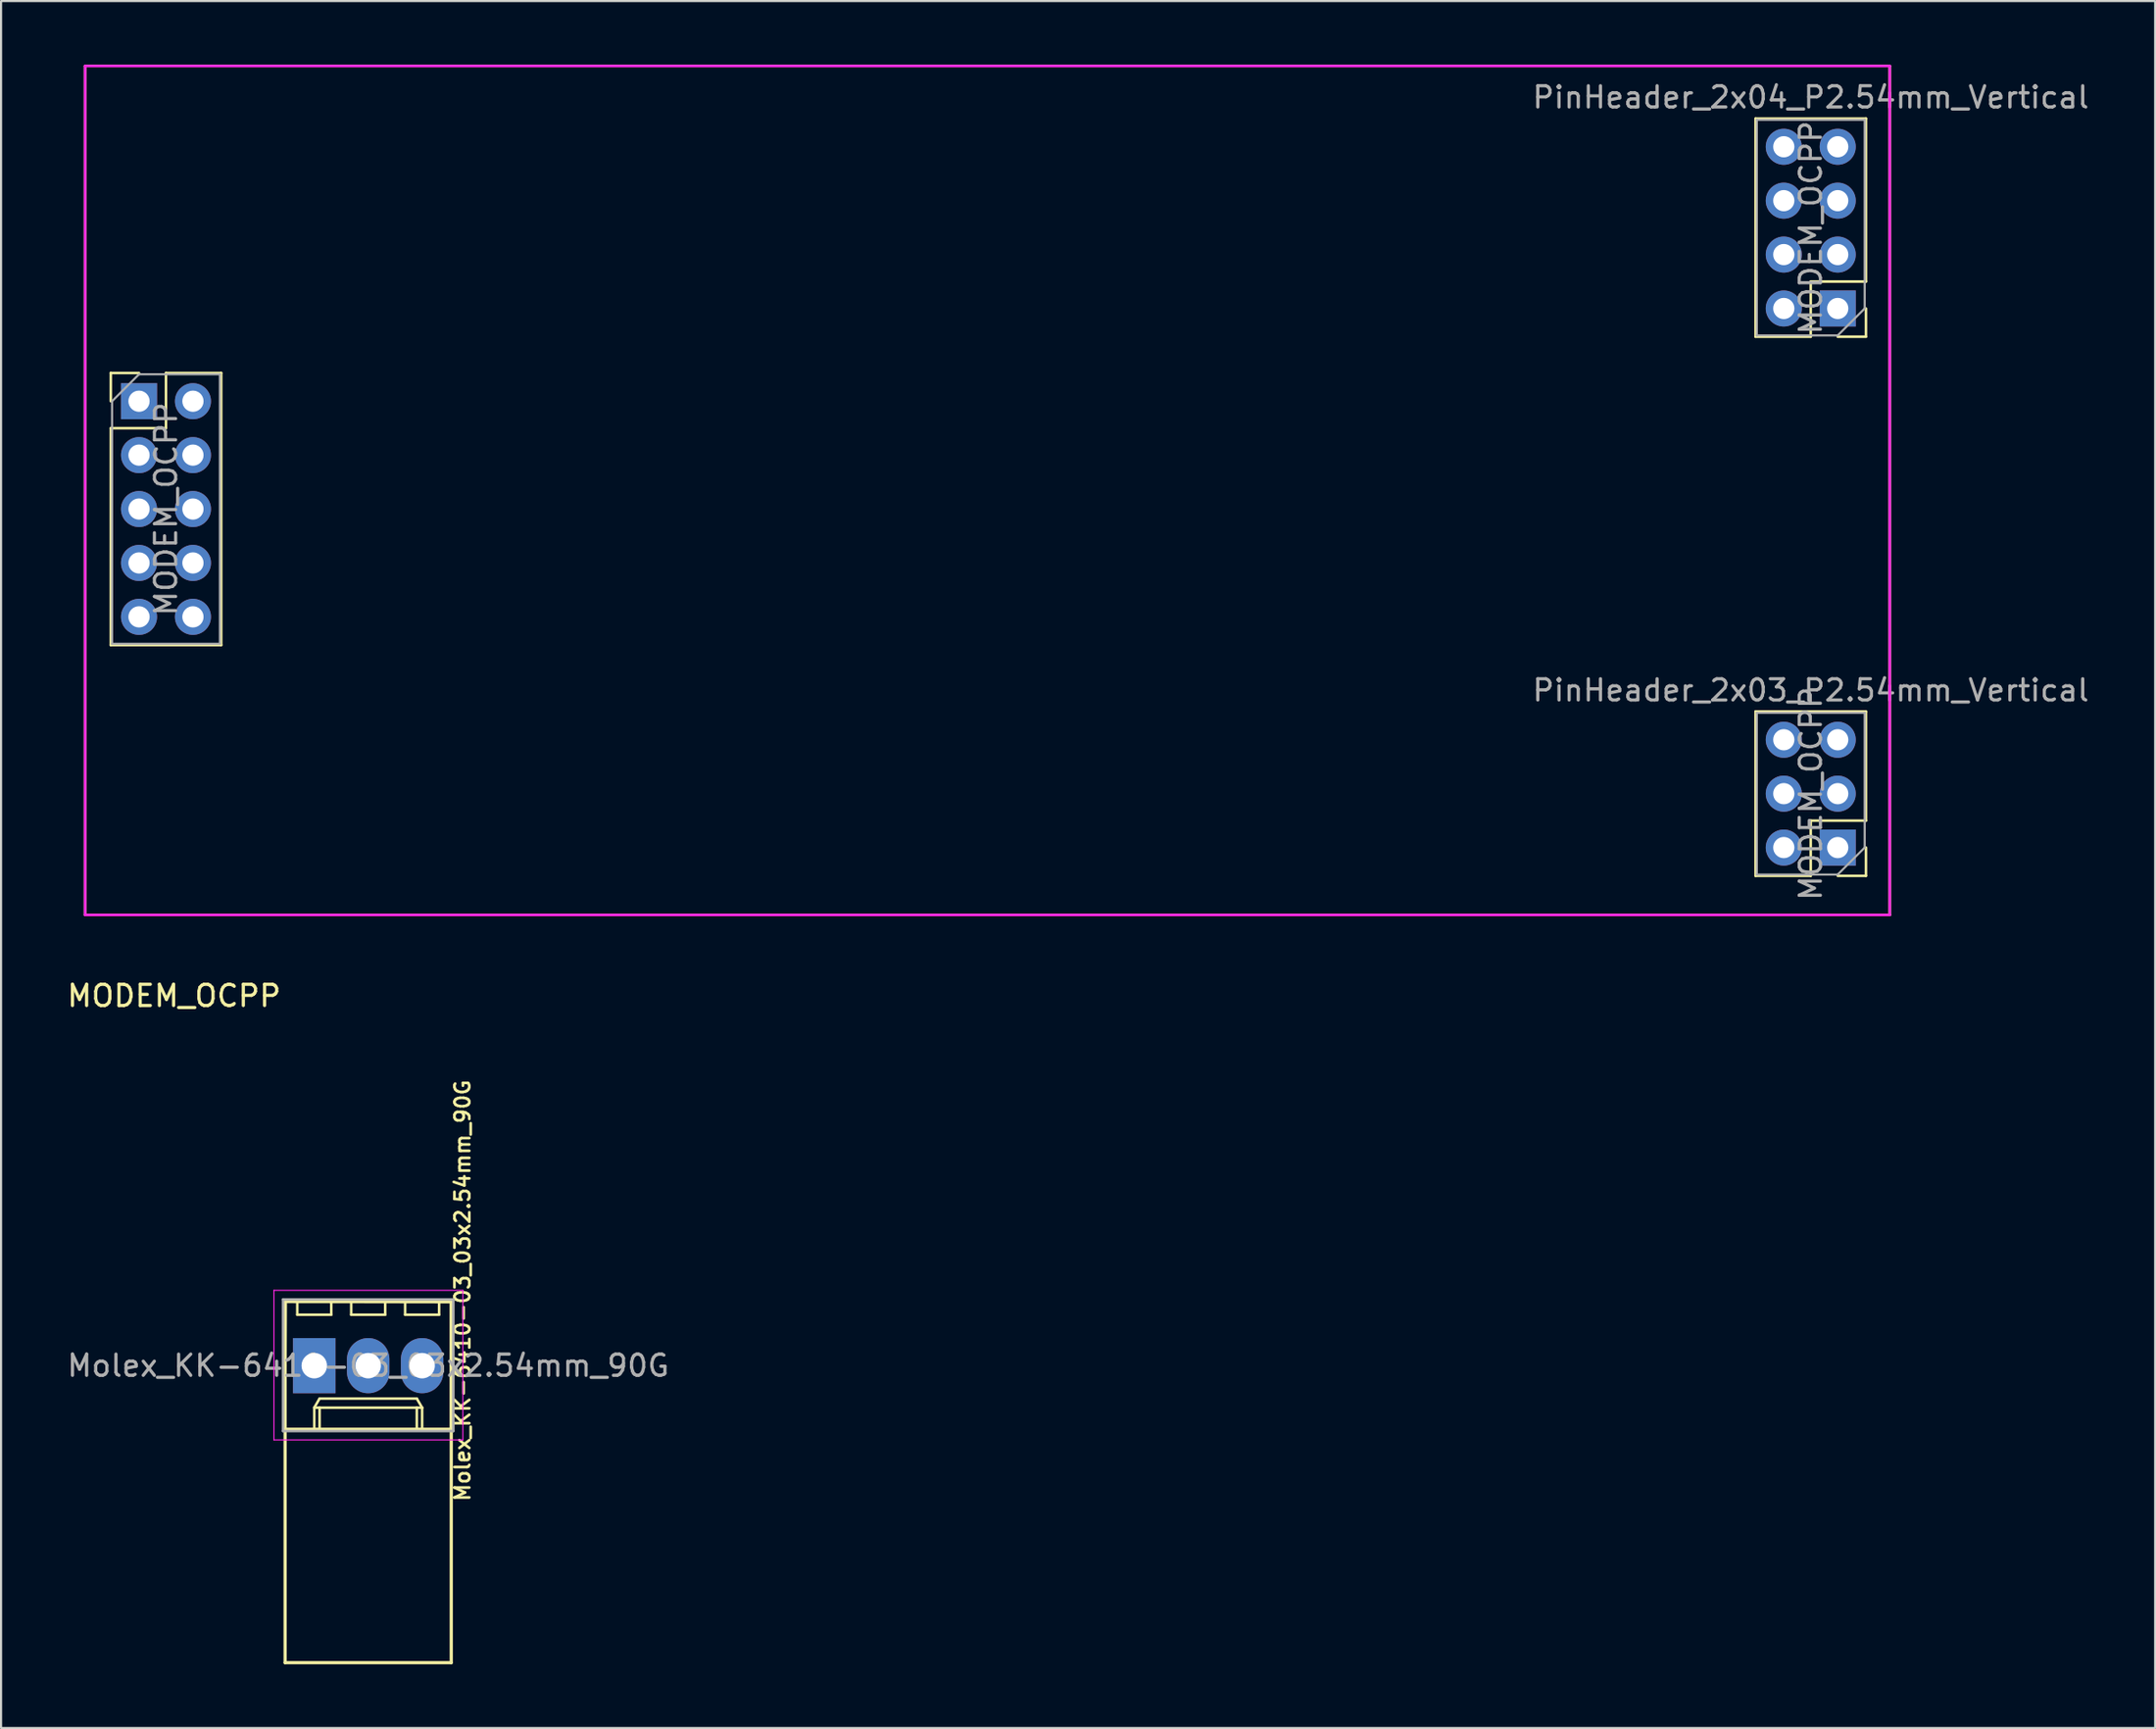
<source format=kicad_pcb>
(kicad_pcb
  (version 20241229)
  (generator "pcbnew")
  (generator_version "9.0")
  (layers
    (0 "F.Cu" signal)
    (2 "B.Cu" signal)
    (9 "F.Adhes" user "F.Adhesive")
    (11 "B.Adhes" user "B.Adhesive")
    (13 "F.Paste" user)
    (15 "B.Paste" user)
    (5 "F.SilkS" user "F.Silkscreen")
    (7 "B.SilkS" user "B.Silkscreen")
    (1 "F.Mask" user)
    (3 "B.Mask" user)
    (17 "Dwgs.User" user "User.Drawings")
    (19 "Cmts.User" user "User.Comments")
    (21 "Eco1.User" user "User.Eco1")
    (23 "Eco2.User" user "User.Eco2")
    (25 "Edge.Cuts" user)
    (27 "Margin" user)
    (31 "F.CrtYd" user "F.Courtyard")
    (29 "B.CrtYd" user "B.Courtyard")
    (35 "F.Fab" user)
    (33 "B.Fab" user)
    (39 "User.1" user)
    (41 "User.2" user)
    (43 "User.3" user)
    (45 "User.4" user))
  (footprint "Molex_KK-6410-03_03x2.54mm_90G"
    (layer "F.Cu")
    (at 11.752 61.295)
    (property "Reference" "Molex_KK-6410-03_03x2.54mm_90G" (at 6.985 -3.54 90) (layer "F.SilkS") (effects (font (size 0.7 0.7) (thickness 0.127))))
    (attr through_hole)
    (fp_line (start -1.372 0) (end -1.372 13.995) (stroke (width 0.15) (type solid)) (layer "F.SilkS"))
    (fp_line (start -1.372 0) (end -1.359 -3.023) (stroke (width 0.15) (type solid)) (layer "F.SilkS"))
    (fp_line (start -1.37 -3.02) (end -1.37 2.98) (stroke (width 0.12) (type solid)) (layer "F.SilkS"))
    (fp_line (start -1.37 2.98) (end 6.45 2.98) (stroke (width 0.12) (type solid)) (layer "F.SilkS"))
    (fp_line (start -1.359 -3.023) (end 6.452 -3.01) (stroke (width 0.15) (type solid)) (layer "F.SilkS"))
    (fp_line (start -0.8 -3.02) (end -0.8 -2.4) (stroke (width 0.12) (type solid)) (layer "F.SilkS"))
    (fp_line (start -0.8 -2.4) (end 0.8 -2.4) (stroke (width 0.12) (type solid)) (layer "F.SilkS"))
    (fp_line (start 0 1.98) (end 0.25 1.55) (stroke (width 0.12) (type solid)) (layer "F.SilkS"))
    (fp_line (start 0 1.98) (end 5.08 1.98) (stroke (width 0.12) (type solid)) (layer "F.SilkS"))
    (fp_line (start 0 2.98) (end 0 1.98) (stroke (width 0.12) (type solid)) (layer "F.SilkS"))
    (fp_line (start 0.25 1.55) (end 4.83 1.55) (stroke (width 0.12) (type solid)) (layer "F.SilkS"))
    (fp_line (start 0.25 2.98) (end 0.25 1.98) (stroke (width 0.12) (type solid)) (layer "F.SilkS"))
    (fp_line (start 0.8 -2.4) (end 0.8 -3.02) (stroke (width 0.12) (type solid)) (layer "F.SilkS"))
    (fp_line (start 1.74 -3.02) (end 1.74 -2.4) (stroke (width 0.12) (type solid)) (layer "F.SilkS"))
    (fp_line (start 1.74 -2.4) (end 3.34 -2.4) (stroke (width 0.12) (type solid)) (layer "F.SilkS"))
    (fp_line (start 3.34 -2.4) (end 3.34 -3.02) (stroke (width 0.12) (type solid)) (layer "F.SilkS"))
    (fp_line (start 4.28 -3.02) (end 4.28 -2.4) (stroke (width 0.12) (type solid)) (layer "F.SilkS"))
    (fp_line (start 4.28 -2.4) (end 5.88 -2.4) (stroke (width 0.12) (type solid)) (layer "F.SilkS"))
    (fp_line (start 4.83 1.55) (end 5.08 1.98) (stroke (width 0.12) (type solid)) (layer "F.SilkS"))
    (fp_line (start 4.83 2.98) (end 4.83 1.98) (stroke (width 0.12) (type solid)) (layer "F.SilkS"))
    (fp_line (start 5.08 1.98) (end 5.08 2.98) (stroke (width 0.12) (type solid)) (layer "F.SilkS"))
    (fp_line (start 5.88 -2.4) (end 5.88 -3.02) (stroke (width 0.12) (type solid)) (layer "F.SilkS"))
    (fp_line (start 6.45 -3.02) (end -1.37 -3.02) (stroke (width 0.12) (type solid)) (layer "F.SilkS"))
    (fp_line (start 6.45 2.98) (end 6.45 -3.02) (stroke (width 0.12) (type solid)) (layer "F.SilkS"))
    (fp_line (start 6.452 -3.01) (end 6.452 0) (stroke (width 0.15) (type solid)) (layer "F.SilkS"))
    (fp_line (start 6.452 0) (end 6.452 13.995) (stroke (width 0.15) (type solid)) (layer "F.SilkS"))
    (fp_line (start 6.452 13.995) (end -1.372 13.995) (stroke (width 0.15) (type solid)) (layer "F.SilkS"))
    (fp_line (start -1.9 -3.55) (end 7 -3.55) (stroke (width 0.05) (type solid)) (layer "F.CrtYd"))
    (fp_line (start -1.9 3.5) (end -1.9 -3.55) (stroke (width 0.05) (type solid)) (layer "F.CrtYd"))
    (fp_line (start 7 -3.55) (end 7 3.5) (stroke (width 0.05) (type solid)) (layer "F.CrtYd"))
    (fp_line (start 7 3.5) (end -1.9 3.5) (stroke (width 0.05) (type solid)) (layer "F.CrtYd"))
    (fp_line (start -1.47 -3.12) (end -1.47 3.08) (stroke (width 0.12) (type solid)) (layer "F.Fab"))
    (fp_line (start -1.47 3.08) (end 6.55 3.08) (stroke (width 0.12) (type solid)) (layer "F.Fab"))
    (fp_line (start 6.55 -3.12) (end -1.47 -3.12) (stroke (width 0.12) (type solid)) (layer "F.Fab"))
    (fp_line (start 6.55 3.08) (end 6.55 -3.12) (stroke (width 0.12) (type solid)) (layer "F.Fab"))
    (fp_text user "${REFERENCE}" (at 2.54 0 0) (layer "F.Fab") (effects (font (size 1 1) (thickness 0.15))))
    (pad "1" thru_hole rect (at 0 0) (size 2 2.6) (drill 1.2) (layers "*.Cu" "*.Mask"))
    (pad "2" thru_hole oval (at 2.54 0) (size 2 2.6) (drill 1.2) (layers "*.Cu" "*.Mask"))
    (pad "3" thru_hole oval (at 5.08 0) (size 2 2.6) (drill 1.2) (layers "*.Cu" "*.Mask")))
  (footprint "MODEM_OCPP"
    (layer "F.Cu")
    (at 0.958 40.06)
    (property "Reference" "MODEM_OCPP" (at 4.191 3.81 0) (layer "F.SilkS") (effects (font (size 1 1) (thickness 0.15))))
    (attr through_hole)
    (fp_line (start 0 -40) (end 85 -40) (stroke (width 0.12) (type solid)) (layer "F.SilkS"))
    (fp_line (start 0 0) (end 0 -40) (stroke (width 0.12) (type solid)) (layer "F.SilkS"))
    (fp_line (start 0 0) (end 85 0) (stroke (width 0.12) (type solid)) (layer "F.SilkS"))
    (fp_line (start 1.21 -25.536) (end 2.54 -25.536) (stroke (width 0.12) (type solid)) (layer "F.SilkS"))
    (fp_line (start 1.21 -24.206) (end 1.21 -25.536) (stroke (width 0.12) (type solid)) (layer "F.SilkS"))
    (fp_line (start 1.21 -22.936) (end 1.21 -12.716) (stroke (width 0.12) (type solid)) (layer "F.SilkS"))
    (fp_line (start 1.21 -22.936) (end 3.81 -22.936) (stroke (width 0.12) (type solid)) (layer "F.SilkS"))
    (fp_line (start 1.21 -12.716) (end 6.41 -12.716) (stroke (width 0.12) (type solid)) (layer "F.SilkS"))
    (fp_line (start 3.81 -25.536) (end 6.41 -25.536) (stroke (width 0.12) (type solid)) (layer "F.SilkS"))
    (fp_line (start 3.81 -22.936) (end 3.81 -25.536) (stroke (width 0.12) (type solid)) (layer "F.SilkS"))
    (fp_line (start 6.41 -25.536) (end 6.41 -12.716) (stroke (width 0.12) (type solid)) (layer "F.SilkS"))
    (fp_line (start 78.68 -27.245) (end 78.68 -37.525) (stroke (width 0.12) (type solid)) (layer "F.SilkS"))
    (fp_line (start 78.68 -1.845) (end 78.68 -9.585) (stroke (width 0.12) (type solid)) (layer "F.SilkS"))
    (fp_line (start 81.28 -29.845) (end 81.28 -27.245) (stroke (width 0.12) (type solid)) (layer "F.SilkS"))
    (fp_line (start 81.28 -27.245) (end 78.68 -27.245) (stroke (width 0.12) (type solid)) (layer "F.SilkS"))
    (fp_line (start 81.28 -4.445) (end 81.28 -1.845) (stroke (width 0.12) (type solid)) (layer "F.SilkS"))
    (fp_line (start 81.28 -1.845) (end 78.68 -1.845) (stroke (width 0.12) (type solid)) (layer "F.SilkS"))
    (fp_line (start 83.88 -37.525) (end 78.68 -37.525) (stroke (width 0.12) (type solid)) (layer "F.SilkS"))
    (fp_line (start 83.88 -29.845) (end 81.28 -29.845) (stroke (width 0.12) (type solid)) (layer "F.SilkS"))
    (fp_line (start 83.88 -29.845) (end 83.88 -37.525) (stroke (width 0.12) (type solid)) (layer "F.SilkS"))
    (fp_line (start 83.88 -28.575) (end 83.88 -27.245) (stroke (width 0.12) (type solid)) (layer "F.SilkS"))
    (fp_line (start 83.88 -27.245) (end 82.55 -27.245) (stroke (width 0.12) (type solid)) (layer "F.SilkS"))
    (fp_line (start 83.88 -9.585) (end 78.68 -9.585) (stroke (width 0.12) (type solid)) (layer "F.SilkS"))
    (fp_line (start 83.88 -4.445) (end 81.28 -4.445) (stroke (width 0.12) (type solid)) (layer "F.SilkS"))
    (fp_line (start 83.88 -4.445) (end 83.88 -9.585) (stroke (width 0.12) (type solid)) (layer "F.SilkS"))
    (fp_line (start 83.88 -3.175) (end 83.88 -1.845) (stroke (width 0.12) (type solid)) (layer "F.SilkS"))
    (fp_line (start 83.88 -1.845) (end 82.55 -1.845) (stroke (width 0.12) (type solid)) (layer "F.SilkS"))
    (fp_line (start 85 -40) (end 85 0) (stroke (width 0.12) (type solid)) (layer "F.SilkS"))
    (fp_line (start 0 -40) (end 85 -40) (stroke (width 0.12) (type solid)) (layer "F.CrtYd"))
    (fp_line (start 0 0) (end 0 -40) (stroke (width 0.12) (type solid)) (layer "F.CrtYd"))
    (fp_line (start 0 0) (end 85 0) (stroke (width 0.12) (type solid)) (layer "F.CrtYd"))
    (fp_line (start 85 -40) (end 85 0) (stroke (width 0.12) (type solid)) (layer "F.CrtYd"))
    (fp_line (start 1.27 -24.206) (end 2.54 -25.476) (stroke (width 0.1) (type solid)) (layer "F.Fab"))
    (fp_line (start 1.27 -12.776) (end 1.27 -24.206) (stroke (width 0.1) (type solid)) (layer "F.Fab"))
    (fp_line (start 2.54 -25.476) (end 6.35 -25.476) (stroke (width 0.1) (type solid)) (layer "F.Fab"))
    (fp_line (start 6.35 -25.476) (end 6.35 -12.776) (stroke (width 0.1) (type solid)) (layer "F.Fab"))
    (fp_line (start 6.35 -12.776) (end 1.27 -12.776) (stroke (width 0.1) (type solid)) (layer "F.Fab"))
    (fp_line (start 78.74 -37.465) (end 83.82 -37.465) (stroke (width 0.1) (type solid)) (layer "F.Fab"))
    (fp_line (start 78.74 -27.305) (end 78.74 -37.465) (stroke (width 0.1) (type solid)) (layer "F.Fab"))
    (fp_line (start 78.74 -9.525) (end 83.82 -9.525) (stroke (width 0.1) (type solid)) (layer "F.Fab"))
    (fp_line (start 78.74 -1.905) (end 78.74 -9.525) (stroke (width 0.1) (type solid)) (layer "F.Fab"))
    (fp_line (start 82.55 -27.305) (end 78.74 -27.305) (stroke (width 0.1) (type solid)) (layer "F.Fab"))
    (fp_line (start 82.55 -1.905) (end 78.74 -1.905) (stroke (width 0.1) (type solid)) (layer "F.Fab"))
    (fp_line (start 83.82 -37.465) (end 83.82 -28.575) (stroke (width 0.1) (type solid)) (layer "F.Fab"))
    (fp_line (start 83.82 -28.575) (end 82.55 -27.305) (stroke (width 0.1) (type solid)) (layer "F.Fab"))
    (fp_line (start 83.82 -9.525) (end 83.82 -3.175) (stroke (width 0.1) (type solid)) (layer "F.Fab"))
    (fp_line (start 83.82 -3.175) (end 82.55 -1.905) (stroke (width 0.1) (type solid)) (layer "F.Fab"))
    (fp_text user "${REFERENCE}" (at 81.28 -5.715 270) (layer "F.Fab") (effects (font (size 1 1) (thickness 0.15))))
    (fp_text user "PinHeader_2x03_P2.54mm_Vertical" (at 81.28 -10.585 180) (layer "F.Fab") (effects (font (size 1 1) (thickness 0.15))))
    (fp_text user "${REFERENCE}" (at 81.28 -32.385 270) (layer "F.Fab") (effects (font (size 1 1) (thickness 0.15))))
    (fp_text user "PinHeader_2x04_P2.54mm_Vertical" (at 81.28 -38.525 180) (layer "F.Fab") (effects (font (size 1 1) (thickness 0.15))))
    (fp_text user "${REFERENCE}" (at 3.81 -19.126 90) (layer "F.Fab") (effects (font (size 1 1) (thickness 0.15))))
    (pad "1" thru_hole rect (at 2.54 -24.206) (size 1.7 1.7) (drill 1) (layers "*.Cu" "*.Mask"))
    (pad "2" thru_hole oval (at 5.08 -24.206) (size 1.7 1.7) (drill 1) (layers "*.Cu" "*.Mask"))
    (pad "3" thru_hole oval (at 2.54 -21.666) (size 1.7 1.7) (drill 1) (layers "*.Cu" "*.Mask"))
    (pad "4" thru_hole oval (at 5.08 -21.666) (size 1.7 1.7) (drill 1) (layers "*.Cu" "*.Mask"))
    (pad "5" thru_hole oval (at 2.54 -19.126) (size 1.7 1.7) (drill 1) (layers "*.Cu" "*.Mask"))
    (pad "6" thru_hole oval (at 5.08 -19.126) (size 1.7 1.7) (drill 1) (layers "*.Cu" "*.Mask"))
    (pad "7" thru_hole oval (at 2.54 -16.586) (size 1.7 1.7) (drill 1) (layers "*.Cu" "*.Mask"))
    (pad "8" thru_hole oval (at 5.08 -16.586) (size 1.7 1.7) (drill 1) (layers "*.Cu" "*.Mask"))
    (pad "9" thru_hole oval (at 2.54 -14.046) (size 1.7 1.7) (drill 1) (layers "*.Cu" "*.Mask"))
    (pad "10" thru_hole oval (at 5.08 -14.046) (size 1.7 1.7) (drill 1) (layers "*.Cu" "*.Mask"))
    (pad "11" thru_hole rect (at 82.55 -3.175 180) (size 1.7 1.7) (drill 1) (layers "*.Cu" "*.Mask"))
    (pad "12" thru_hole oval (at 80.01 -3.175 180) (size 1.7 1.7) (drill 1) (layers "*.Cu" "*.Mask"))
    (pad "13" thru_hole oval (at 82.55 -5.715 180) (size 1.7 1.7) (drill 1) (layers "*.Cu" "*.Mask"))
    (pad "14" thru_hole oval (at 80.01 -5.715 180) (size 1.7 1.7) (drill 1) (layers "*.Cu" "*.Mask"))
    (pad "15" thru_hole oval (at 82.55 -8.255 180) (size 1.7 1.7) (drill 1) (layers "*.Cu" "*.Mask"))
    (pad "16" thru_hole oval (at 80.01 -8.255 180) (size 1.7 1.7) (drill 1) (layers "*.Cu" "*.Mask"))
    (pad "17" thru_hole rect (at 82.55 -28.575 180) (size 1.7 1.7) (drill 1) (layers "*.Cu" "*.Mask"))
    (pad "18" thru_hole oval (at 80.01 -28.575 180) (size 1.7 1.7) (drill 1) (layers "*.Cu" "*.Mask"))
    (pad "19" thru_hole oval (at 82.55 -31.115 180) (size 1.7 1.7) (drill 1) (layers "*.Cu" "*.Mask"))
    (pad "20" thru_hole oval (at 80.01 -31.115 180) (size 1.7 1.7) (drill 1) (layers "*.Cu" "*.Mask"))
    (pad "21" thru_hole oval (at 82.55 -33.655 180) (size 1.7 1.7) (drill 1) (layers "*.Cu" "*.Mask"))
    (pad "22" thru_hole oval (at 80.01 -33.655 180) (size 1.7 1.7) (drill 1) (layers "*.Cu" "*.Mask"))
    (pad "23" thru_hole oval (at 82.55 -36.195 180) (size 1.7 1.7) (drill 1) (layers "*.Cu" "*.Mask"))
    (pad "24" thru_hole oval (at 80.01 -36.195 180) (size 1.7 1.7) (drill 1) (layers "*.Cu" "*.Mask")))
  (gr_rect
    (start -3 -3)
    (end 98.458 78.366)
    (stroke (width 0.1) (type default))
    (fill no)
    (layer "Edge.Cuts")))
</source>
